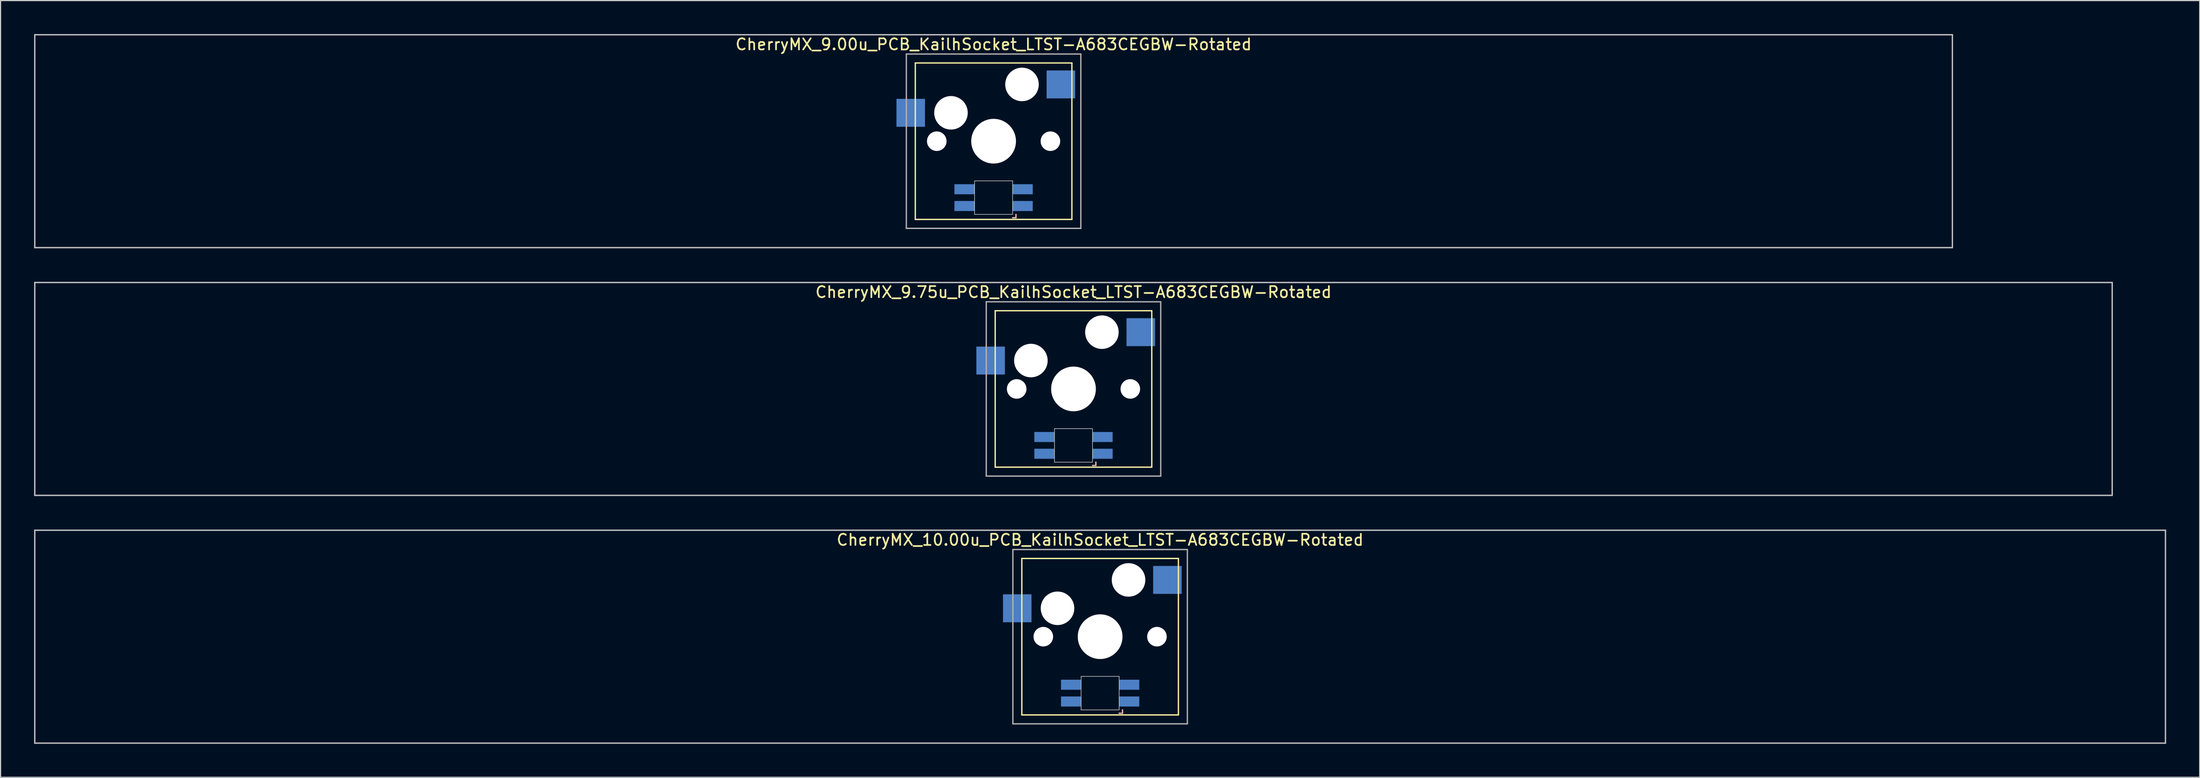
<source format=kicad_pcb>
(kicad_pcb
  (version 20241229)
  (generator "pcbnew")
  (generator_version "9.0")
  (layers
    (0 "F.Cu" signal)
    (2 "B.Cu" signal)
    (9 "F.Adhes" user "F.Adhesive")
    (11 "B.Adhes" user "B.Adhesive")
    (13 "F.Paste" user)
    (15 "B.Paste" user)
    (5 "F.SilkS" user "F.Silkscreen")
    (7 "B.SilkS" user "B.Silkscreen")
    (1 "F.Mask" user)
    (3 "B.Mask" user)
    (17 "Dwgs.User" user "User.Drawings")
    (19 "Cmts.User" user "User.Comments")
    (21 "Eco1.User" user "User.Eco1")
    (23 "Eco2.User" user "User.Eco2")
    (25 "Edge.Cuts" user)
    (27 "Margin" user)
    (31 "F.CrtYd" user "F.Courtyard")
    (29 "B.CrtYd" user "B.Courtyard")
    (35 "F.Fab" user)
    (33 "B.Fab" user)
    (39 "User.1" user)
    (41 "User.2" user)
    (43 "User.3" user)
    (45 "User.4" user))
  (footprint "CherryMX_9.75u_PCB_KailhSocket_LTST-A683CEGBW-Rotated"
    (layer "F.Cu")
    (at 92.929 31.755)
    (property "Reference" "CherryMX_9.75u_PCB_KailhSocket_LTST-A683CEGBW-Rotated" (at 0 -8.662 0) (layer "F.SilkS") (effects (font (size 1 1) (thickness 0.15))))
    (attr through_hole)
    (fp_line (start -7 -7) (end -7 7) (stroke (width 0.12) (type solid)) (layer "F.SilkS"))
    (fp_line (start -7 -7) (end 7 -7) (stroke (width 0.12) (type solid)) (layer "F.SilkS"))
    (fp_line (start 7 -7) (end 7 7) (stroke (width 0.12) (type solid)) (layer "F.SilkS"))
    (fp_line (start 7 7) (end -7 7) (stroke (width 0.12) (type solid)) (layer "F.SilkS"))
    (fp_line (start 1.7 6.85) (end 2 6.85) (stroke (width 0.12) (type solid)) (layer "B.SilkS"))
    (fp_line (start 2 6.85) (end 2 6.55) (stroke (width 0.12) (type solid)) (layer "B.SilkS"))
    (fp_line (start -92.869 -9.525) (end 92.869 -9.525) (stroke (width 0.12) (type solid)) (layer "Dwgs.User"))
    (fp_line (start -92.869 9.525) (end -92.869 -9.525) (stroke (width 0.12) (type solid)) (layer "Dwgs.User"))
    (fp_line (start 92.869 -9.525) (end 92.869 9.525) (stroke (width 0.12) (type solid)) (layer "Dwgs.User"))
    (fp_line (start 92.869 9.525) (end -92.869 9.525) (stroke (width 0.12) (type solid)) (layer "Dwgs.User"))
    (fp_line (start -1.7 3.55) (end 1.7 3.55) (stroke (width 0.05) (type solid)) (layer "Edge.Cuts"))
    (fp_line (start -1.7 6.55) (end -1.7 3.55) (stroke (width 0.05) (type solid)) (layer "Edge.Cuts"))
    (fp_line (start 1.7 3.55) (end 1.7 6.55) (stroke (width 0.05) (type solid)) (layer "Edge.Cuts"))
    (fp_line (start 1.7 6.55) (end -1.7 6.55) (stroke (width 0.05) (type solid)) (layer "Edge.Cuts"))
    (fp_line (start -7.8 -7.8) (end -7.8 7.8) (stroke (width 0.12) (type solid)) (layer "F.Fab"))
    (fp_line (start -7.8 -7.8) (end 7.8 -7.8) (stroke (width 0.12) (type solid)) (layer "F.Fab"))
    (fp_line (start -7.8 7.8) (end 7.8 7.8) (stroke (width 0.12) (type solid)) (layer "F.Fab"))
    (fp_line (start 7.8 -7.8) (end 7.8 7.8) (stroke (width 0.12) (type solid)) (layer "F.Fab"))
    (pad "" np_thru_hole circle (at -5.08 0) (size 1.75 1.75) (drill 1.75) (layers "*.Cu" "*.Mask"))
    (pad "" np_thru_hole circle (at -3.81 -2.54) (size 3 3) (drill 3) (layers "*.Cu" "*.Mask"))
    (pad "" np_thru_hole circle (at 0 0) (size 4 4) (drill 4) (layers "*.Cu" "*.Mask"))
    (pad "" np_thru_hole circle (at 2.54 -5.08) (size 3 3) (drill 3) (layers "*.Cu" "*.Mask"))
    (pad "" np_thru_hole circle (at 5.08 0) (size 1.75 1.75) (drill 1.75) (layers "*.Cu" "*.Mask"))
    (pad "1" smd rect (at -7.41 -2.54) (size 2.55 2.5) (layers "B.Cu" "B.Mask" "B.Paste"))
    (pad "2" smd rect (at 6.015 -5.08) (size 2.55 2.5) (layers "B.Cu" "B.Mask" "B.Paste"))
    (pad "3" smd rect (at 2.6 5.8) (size 1.8 0.9) (layers "B.Cu" "B.Mask" "B.Paste"))
    (pad "4" smd rect (at 2.6 4.3) (size 1.8 0.9) (layers "B.Cu" "B.Mask" "B.Paste"))
    (pad "5" smd rect (at -2.6 5.8) (size 1.8 0.9) (layers "B.Cu" "B.Mask" "B.Paste"))
    (pad "6" smd rect (at -2.6 4.3) (size 1.8 0.9) (layers "B.Cu" "B.Mask" "B.Paste")))
  (footprint "CherryMX_9.00u_PCB_KailhSocket_LTST-A683CEGBW-Rotated"
    (layer "F.Cu")
    (at 85.785 9.585)
    (property "Reference" "CherryMX_9.00u_PCB_KailhSocket_LTST-A683CEGBW-Rotated" (at 0 -8.662 0) (layer "F.SilkS") (effects (font (size 1 1) (thickness 0.15))))
    (attr through_hole)
    (fp_line (start -7 -7) (end -7 7) (stroke (width 0.12) (type solid)) (layer "F.SilkS"))
    (fp_line (start -7 -7) (end 7 -7) (stroke (width 0.12) (type solid)) (layer "F.SilkS"))
    (fp_line (start 7 -7) (end 7 7) (stroke (width 0.12) (type solid)) (layer "F.SilkS"))
    (fp_line (start 7 7) (end -7 7) (stroke (width 0.12) (type solid)) (layer "F.SilkS"))
    (fp_line (start 1.7 6.85) (end 2 6.85) (stroke (width 0.12) (type solid)) (layer "B.SilkS"))
    (fp_line (start 2 6.85) (end 2 6.55) (stroke (width 0.12) (type solid)) (layer "B.SilkS"))
    (fp_line (start -85.725 -9.525) (end 85.725 -9.525) (stroke (width 0.12) (type solid)) (layer "Dwgs.User"))
    (fp_line (start -85.725 9.525) (end -85.725 -9.525) (stroke (width 0.12) (type solid)) (layer "Dwgs.User"))
    (fp_line (start 85.725 -9.525) (end 85.725 9.525) (stroke (width 0.12) (type solid)) (layer "Dwgs.User"))
    (fp_line (start 85.725 9.525) (end -85.725 9.525) (stroke (width 0.12) (type solid)) (layer "Dwgs.User"))
    (fp_line (start -1.7 3.55) (end 1.7 3.55) (stroke (width 0.05) (type solid)) (layer "Edge.Cuts"))
    (fp_line (start -1.7 6.55) (end -1.7 3.55) (stroke (width 0.05) (type solid)) (layer "Edge.Cuts"))
    (fp_line (start 1.7 3.55) (end 1.7 6.55) (stroke (width 0.05) (type solid)) (layer "Edge.Cuts"))
    (fp_line (start 1.7 6.55) (end -1.7 6.55) (stroke (width 0.05) (type solid)) (layer "Edge.Cuts"))
    (fp_line (start -7.8 -7.8) (end -7.8 7.8) (stroke (width 0.12) (type solid)) (layer "F.Fab"))
    (fp_line (start -7.8 -7.8) (end 7.8 -7.8) (stroke (width 0.12) (type solid)) (layer "F.Fab"))
    (fp_line (start -7.8 7.8) (end 7.8 7.8) (stroke (width 0.12) (type solid)) (layer "F.Fab"))
    (fp_line (start 7.8 -7.8) (end 7.8 7.8) (stroke (width 0.12) (type solid)) (layer "F.Fab"))
    (pad "" np_thru_hole circle (at -5.08 0) (size 1.75 1.75) (drill 1.75) (layers "*.Cu" "*.Mask"))
    (pad "" np_thru_hole circle (at -3.81 -2.54) (size 3 3) (drill 3) (layers "*.Cu" "*.Mask"))
    (pad "" np_thru_hole circle (at 0 0) (size 4 4) (drill 4) (layers "*.Cu" "*.Mask"))
    (pad "" np_thru_hole circle (at 2.54 -5.08) (size 3 3) (drill 3) (layers "*.Cu" "*.Mask"))
    (pad "" np_thru_hole circle (at 5.08 0) (size 1.75 1.75) (drill 1.75) (layers "*.Cu" "*.Mask"))
    (pad "1" smd rect (at -7.41 -2.54) (size 2.55 2.5) (layers "B.Cu" "B.Mask" "B.Paste"))
    (pad "2" smd rect (at 6.015 -5.08) (size 2.55 2.5) (layers "B.Cu" "B.Mask" "B.Paste"))
    (pad "3" smd rect (at 2.6 5.8) (size 1.8 0.9) (layers "B.Cu" "B.Mask" "B.Paste"))
    (pad "4" smd rect (at 2.6 4.3) (size 1.8 0.9) (layers "B.Cu" "B.Mask" "B.Paste"))
    (pad "5" smd rect (at -2.6 5.8) (size 1.8 0.9) (layers "B.Cu" "B.Mask" "B.Paste"))
    (pad "6" smd rect (at -2.6 4.3) (size 1.8 0.9) (layers "B.Cu" "B.Mask" "B.Paste")))
  (footprint "CherryMX_10.00u_PCB_KailhSocket_LTST-A683CEGBW-Rotated"
    (layer "F.Cu")
    (at 95.31 53.925)
    (property "Reference" "CherryMX_10.00u_PCB_KailhSocket_LTST-A683CEGBW-Rotated" (at 0 -8.662 0) (layer "F.SilkS") (effects (font (size 1 1) (thickness 0.15))))
    (attr through_hole)
    (fp_line (start -7 -7) (end -7 7) (stroke (width 0.12) (type solid)) (layer "F.SilkS"))
    (fp_line (start -7 -7) (end 7 -7) (stroke (width 0.12) (type solid)) (layer "F.SilkS"))
    (fp_line (start 7 -7) (end 7 7) (stroke (width 0.12) (type solid)) (layer "F.SilkS"))
    (fp_line (start 7 7) (end -7 7) (stroke (width 0.12) (type solid)) (layer "F.SilkS"))
    (fp_line (start 1.7 6.85) (end 2 6.85) (stroke (width 0.12) (type solid)) (layer "B.SilkS"))
    (fp_line (start 2 6.85) (end 2 6.55) (stroke (width 0.12) (type solid)) (layer "B.SilkS"))
    (fp_line (start -95.25 -9.525) (end 95.25 -9.525) (stroke (width 0.12) (type solid)) (layer "Dwgs.User"))
    (fp_line (start -95.25 9.525) (end -95.25 -9.525) (stroke (width 0.12) (type solid)) (layer "Dwgs.User"))
    (fp_line (start 95.25 -9.525) (end 95.25 9.525) (stroke (width 0.12) (type solid)) (layer "Dwgs.User"))
    (fp_line (start 95.25 9.525) (end -95.25 9.525) (stroke (width 0.12) (type solid)) (layer "Dwgs.User"))
    (fp_line (start -1.7 3.55) (end 1.7 3.55) (stroke (width 0.05) (type solid)) (layer "Edge.Cuts"))
    (fp_line (start -1.7 6.55) (end -1.7 3.55) (stroke (width 0.05) (type solid)) (layer "Edge.Cuts"))
    (fp_line (start 1.7 3.55) (end 1.7 6.55) (stroke (width 0.05) (type solid)) (layer "Edge.Cuts"))
    (fp_line (start 1.7 6.55) (end -1.7 6.55) (stroke (width 0.05) (type solid)) (layer "Edge.Cuts"))
    (fp_line (start -7.8 -7.8) (end -7.8 7.8) (stroke (width 0.12) (type solid)) (layer "F.Fab"))
    (fp_line (start -7.8 -7.8) (end 7.8 -7.8) (stroke (width 0.12) (type solid)) (layer "F.Fab"))
    (fp_line (start -7.8 7.8) (end 7.8 7.8) (stroke (width 0.12) (type solid)) (layer "F.Fab"))
    (fp_line (start 7.8 -7.8) (end 7.8 7.8) (stroke (width 0.12) (type solid)) (layer "F.Fab"))
    (pad "" np_thru_hole circle (at -5.08 0) (size 1.75 1.75) (drill 1.75) (layers "*.Cu" "*.Mask"))
    (pad "" np_thru_hole circle (at -3.81 -2.54) (size 3 3) (drill 3) (layers "*.Cu" "*.Mask"))
    (pad "" np_thru_hole circle (at 0 0) (size 4 4) (drill 4) (layers "*.Cu" "*.Mask"))
    (pad "" np_thru_hole circle (at 2.54 -5.08) (size 3 3) (drill 3) (layers "*.Cu" "*.Mask"))
    (pad "" np_thru_hole circle (at 5.08 0) (size 1.75 1.75) (drill 1.75) (layers "*.Cu" "*.Mask"))
    (pad "1" smd rect (at -7.41 -2.54) (size 2.55 2.5) (layers "B.Cu" "B.Mask" "B.Paste"))
    (pad "2" smd rect (at 6.015 -5.08) (size 2.55 2.5) (layers "B.Cu" "B.Mask" "B.Paste"))
    (pad "3" smd rect (at 2.6 5.8) (size 1.8 0.9) (layers "B.Cu" "B.Mask" "B.Paste"))
    (pad "4" smd rect (at 2.6 4.3) (size 1.8 0.9) (layers "B.Cu" "B.Mask" "B.Paste"))
    (pad "5" smd rect (at -2.6 5.8) (size 1.8 0.9) (layers "B.Cu" "B.Mask" "B.Paste"))
    (pad "6" smd rect (at -2.6 4.3) (size 1.8 0.9) (layers "B.Cu" "B.Mask" "B.Paste")))
  (gr_rect
    (start -3 -3)
    (end 193.62 66.51)
    (stroke (width 0.1) (type default))
    (fill no)
    (layer "Edge.Cuts")))
</source>
